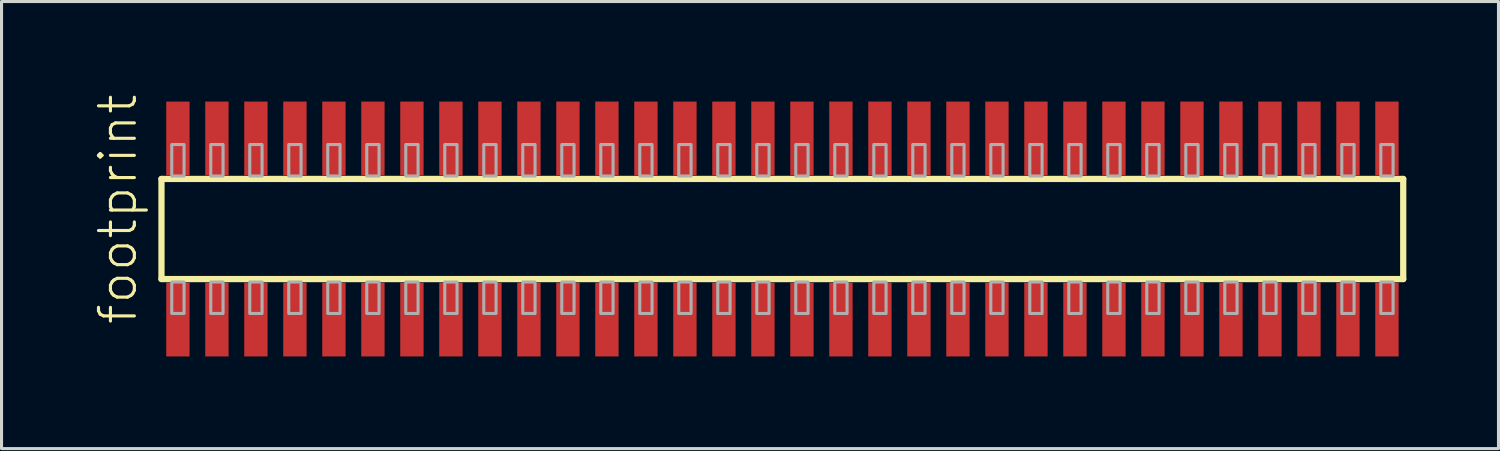
<source format=kicad_pcb>
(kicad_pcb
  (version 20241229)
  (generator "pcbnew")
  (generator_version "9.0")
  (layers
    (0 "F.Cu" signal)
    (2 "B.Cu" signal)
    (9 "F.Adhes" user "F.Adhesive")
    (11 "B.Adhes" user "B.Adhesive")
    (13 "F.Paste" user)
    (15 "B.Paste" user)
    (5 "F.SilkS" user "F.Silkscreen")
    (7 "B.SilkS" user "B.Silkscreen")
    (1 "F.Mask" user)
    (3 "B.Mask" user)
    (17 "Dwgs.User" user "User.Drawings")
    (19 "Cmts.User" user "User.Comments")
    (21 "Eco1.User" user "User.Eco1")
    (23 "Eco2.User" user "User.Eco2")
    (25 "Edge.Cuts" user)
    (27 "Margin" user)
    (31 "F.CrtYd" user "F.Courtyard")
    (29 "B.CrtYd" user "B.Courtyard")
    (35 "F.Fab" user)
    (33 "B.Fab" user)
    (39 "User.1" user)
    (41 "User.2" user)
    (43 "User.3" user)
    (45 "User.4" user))
  (footprint "footprint"
    (layer "F.Cu")
    (at 22.428 4.407)
    (property "Reference" "footprint" (at -20.955 3.175 90) (layer "F.SilkS") (effects (font (size 1.168 1.168) (thickness 0.102)) (justify left bottom)))
    (fp_line (start -20.22 -1.63) (end 20.215 -1.63) (stroke (width 0.203) (type solid)) (layer "F.SilkS"))
    (fp_line (start -20.22 1.63) (end -20.22 -1.63) (stroke (width 0.203) (type solid)) (layer "F.SilkS"))
    (fp_line (start 20.215 -1.63) (end 20.215 1.63) (stroke (width 0.203) (type solid)) (layer "F.SilkS"))
    (fp_line (start 20.215 1.63) (end -20.22 1.63) (stroke (width 0.203) (type solid)) (layer "F.SilkS"))
    (fp_poly (pts (xy -19.885 -1.725) (xy -19.485 -1.725) (xy -19.485 -2.75) (xy -19.885 -2.75)) (stroke (width 0.1) (type solid)) (fill no) (layer "F.Fab"))
    (fp_poly (pts (xy -19.485 1.725) (xy -19.885 1.725) (xy -19.885 2.75) (xy -19.485 2.75)) (stroke (width 0.1) (type solid)) (fill no) (layer "F.Fab"))
    (fp_poly (pts (xy -18.615 -1.725) (xy -18.215 -1.725) (xy -18.215 -2.75) (xy -18.615 -2.75)) (stroke (width 0.1) (type solid)) (fill no) (layer "F.Fab"))
    (fp_poly (pts (xy -18.215 1.725) (xy -18.615 1.725) (xy -18.615 2.75) (xy -18.215 2.75)) (stroke (width 0.1) (type solid)) (fill no) (layer "F.Fab"))
    (fp_poly (pts (xy -17.345 -1.725) (xy -16.945 -1.725) (xy -16.945 -2.75) (xy -17.345 -2.75)) (stroke (width 0.1) (type solid)) (fill no) (layer "F.Fab"))
    (fp_poly (pts (xy -16.945 1.725) (xy -17.345 1.725) (xy -17.345 2.75) (xy -16.945 2.75)) (stroke (width 0.1) (type solid)) (fill no) (layer "F.Fab"))
    (fp_poly (pts (xy -16.075 -1.725) (xy -15.675 -1.725) (xy -15.675 -2.75) (xy -16.075 -2.75)) (stroke (width 0.1) (type solid)) (fill no) (layer "F.Fab"))
    (fp_poly (pts (xy -15.675 1.725) (xy -16.075 1.725) (xy -16.075 2.75) (xy -15.675 2.75)) (stroke (width 0.1) (type solid)) (fill no) (layer "F.Fab"))
    (fp_poly (pts (xy -14.805 -1.725) (xy -14.405 -1.725) (xy -14.405 -2.75) (xy -14.805 -2.75)) (stroke (width 0.1) (type solid)) (fill no) (layer "F.Fab"))
    (fp_poly (pts (xy -14.405 1.725) (xy -14.805 1.725) (xy -14.805 2.75) (xy -14.405 2.75)) (stroke (width 0.1) (type solid)) (fill no) (layer "F.Fab"))
    (fp_poly (pts (xy -13.535 -1.725) (xy -13.135 -1.725) (xy -13.135 -2.75) (xy -13.535 -2.75)) (stroke (width 0.1) (type solid)) (fill no) (layer "F.Fab"))
    (fp_poly (pts (xy -13.135 1.725) (xy -13.535 1.725) (xy -13.535 2.75) (xy -13.135 2.75)) (stroke (width 0.1) (type solid)) (fill no) (layer "F.Fab"))
    (fp_poly (pts (xy -12.265 -1.725) (xy -11.865 -1.725) (xy -11.865 -2.75) (xy -12.265 -2.75)) (stroke (width 0.1) (type solid)) (fill no) (layer "F.Fab"))
    (fp_poly (pts (xy -11.865 1.725) (xy -12.265 1.725) (xy -12.265 2.75) (xy -11.865 2.75)) (stroke (width 0.1) (type solid)) (fill no) (layer "F.Fab"))
    (fp_poly (pts (xy -10.995 -1.725) (xy -10.595 -1.725) (xy -10.595 -2.75) (xy -10.995 -2.75)) (stroke (width 0.1) (type solid)) (fill no) (layer "F.Fab"))
    (fp_poly (pts (xy -10.595 1.725) (xy -10.995 1.725) (xy -10.995 2.75) (xy -10.595 2.75)) (stroke (width 0.1) (type solid)) (fill no) (layer "F.Fab"))
    (fp_poly (pts (xy -9.725 -1.725) (xy -9.325 -1.725) (xy -9.325 -2.75) (xy -9.725 -2.75)) (stroke (width 0.1) (type solid)) (fill no) (layer "F.Fab"))
    (fp_poly (pts (xy -9.325 1.725) (xy -9.725 1.725) (xy -9.725 2.75) (xy -9.325 2.75)) (stroke (width 0.1) (type solid)) (fill no) (layer "F.Fab"))
    (fp_poly (pts (xy -8.455 -1.725) (xy -8.055 -1.725) (xy -8.055 -2.75) (xy -8.455 -2.75)) (stroke (width 0.1) (type solid)) (fill no) (layer "F.Fab"))
    (fp_poly (pts (xy -8.055 1.725) (xy -8.455 1.725) (xy -8.455 2.75) (xy -8.055 2.75)) (stroke (width 0.1) (type solid)) (fill no) (layer "F.Fab"))
    (fp_poly (pts (xy -7.185 -1.725) (xy -6.785 -1.725) (xy -6.785 -2.75) (xy -7.185 -2.75)) (stroke (width 0.1) (type solid)) (fill no) (layer "F.Fab"))
    (fp_poly (pts (xy -6.785 1.725) (xy -7.185 1.725) (xy -7.185 2.75) (xy -6.785 2.75)) (stroke (width 0.1) (type solid)) (fill no) (layer "F.Fab"))
    (fp_poly (pts (xy -5.915 -1.725) (xy -5.515 -1.725) (xy -5.515 -2.75) (xy -5.915 -2.75)) (stroke (width 0.1) (type solid)) (fill no) (layer "F.Fab"))
    (fp_poly (pts (xy -5.515 1.725) (xy -5.915 1.725) (xy -5.915 2.75) (xy -5.515 2.75)) (stroke (width 0.1) (type solid)) (fill no) (layer "F.Fab"))
    (fp_poly (pts (xy -4.645 -1.725) (xy -4.245 -1.725) (xy -4.245 -2.75) (xy -4.645 -2.75)) (stroke (width 0.1) (type solid)) (fill no) (layer "F.Fab"))
    (fp_poly (pts (xy -4.245 1.725) (xy -4.645 1.725) (xy -4.645 2.75) (xy -4.245 2.75)) (stroke (width 0.1) (type solid)) (fill no) (layer "F.Fab"))
    (fp_poly (pts (xy -3.375 -1.725) (xy -2.975 -1.725) (xy -2.975 -2.75) (xy -3.375 -2.75)) (stroke (width 0.1) (type solid)) (fill no) (layer "F.Fab"))
    (fp_poly (pts (xy -2.975 1.725) (xy -3.375 1.725) (xy -3.375 2.75) (xy -2.975 2.75)) (stroke (width 0.1) (type solid)) (fill no) (layer "F.Fab"))
    (fp_poly (pts (xy -2.105 -1.725) (xy -1.705 -1.725) (xy -1.705 -2.75) (xy -2.105 -2.75)) (stroke (width 0.1) (type solid)) (fill no) (layer "F.Fab"))
    (fp_poly (pts (xy -1.705 1.725) (xy -2.105 1.725) (xy -2.105 2.75) (xy -1.705 2.75)) (stroke (width 0.1) (type solid)) (fill no) (layer "F.Fab"))
    (fp_poly (pts (xy -0.835 -1.725) (xy -0.435 -1.725) (xy -0.435 -2.75) (xy -0.835 -2.75)) (stroke (width 0.1) (type solid)) (fill no) (layer "F.Fab"))
    (fp_poly (pts (xy -0.435 1.725) (xy -0.835 1.725) (xy -0.835 2.75) (xy -0.435 2.75)) (stroke (width 0.1) (type solid)) (fill no) (layer "F.Fab"))
    (fp_poly (pts (xy 0.435 -1.725) (xy 0.835 -1.725) (xy 0.835 -2.75) (xy 0.435 -2.75)) (stroke (width 0.1) (type solid)) (fill no) (layer "F.Fab"))
    (fp_poly (pts (xy 0.835 1.725) (xy 0.435 1.725) (xy 0.435 2.75) (xy 0.835 2.75)) (stroke (width 0.1) (type solid)) (fill no) (layer "F.Fab"))
    (fp_poly (pts (xy 1.705 -1.725) (xy 2.105 -1.725) (xy 2.105 -2.75) (xy 1.705 -2.75)) (stroke (width 0.1) (type solid)) (fill no) (layer "F.Fab"))
    (fp_poly (pts (xy 2.105 1.725) (xy 1.705 1.725) (xy 1.705 2.75) (xy 2.105 2.75)) (stroke (width 0.1) (type solid)) (fill no) (layer "F.Fab"))
    (fp_poly (pts (xy 2.975 -1.725) (xy 3.375 -1.725) (xy 3.375 -2.75) (xy 2.975 -2.75)) (stroke (width 0.1) (type solid)) (fill no) (layer "F.Fab"))
    (fp_poly (pts (xy 3.375 1.725) (xy 2.975 1.725) (xy 2.975 2.75) (xy 3.375 2.75)) (stroke (width 0.1) (type solid)) (fill no) (layer "F.Fab"))
    (fp_poly (pts (xy 4.245 -1.725) (xy 4.645 -1.725) (xy 4.645 -2.75) (xy 4.245 -2.75)) (stroke (width 0.1) (type solid)) (fill no) (layer "F.Fab"))
    (fp_poly (pts (xy 4.645 1.725) (xy 4.245 1.725) (xy 4.245 2.75) (xy 4.645 2.75)) (stroke (width 0.1) (type solid)) (fill no) (layer "F.Fab"))
    (fp_poly (pts (xy 5.515 -1.725) (xy 5.915 -1.725) (xy 5.915 -2.75) (xy 5.515 -2.75)) (stroke (width 0.1) (type solid)) (fill no) (layer "F.Fab"))
    (fp_poly (pts (xy 5.915 1.725) (xy 5.515 1.725) (xy 5.515 2.75) (xy 5.915 2.75)) (stroke (width 0.1) (type solid)) (fill no) (layer "F.Fab"))
    (fp_poly (pts (xy 6.785 -1.725) (xy 7.185 -1.725) (xy 7.185 -2.75) (xy 6.785 -2.75)) (stroke (width 0.1) (type solid)) (fill no) (layer "F.Fab"))
    (fp_poly (pts (xy 7.185 1.725) (xy 6.785 1.725) (xy 6.785 2.75) (xy 7.185 2.75)) (stroke (width 0.1) (type solid)) (fill no) (layer "F.Fab"))
    (fp_poly (pts (xy 8.055 -1.725) (xy 8.455 -1.725) (xy 8.455 -2.75) (xy 8.055 -2.75)) (stroke (width 0.1) (type solid)) (fill no) (layer "F.Fab"))
    (fp_poly (pts (xy 8.455 1.725) (xy 8.055 1.725) (xy 8.055 2.75) (xy 8.455 2.75)) (stroke (width 0.1) (type solid)) (fill no) (layer "F.Fab"))
    (fp_poly (pts (xy 9.325 -1.725) (xy 9.725 -1.725) (xy 9.725 -2.75) (xy 9.325 -2.75)) (stroke (width 0.1) (type solid)) (fill no) (layer "F.Fab"))
    (fp_poly (pts (xy 9.725 1.725) (xy 9.325 1.725) (xy 9.325 2.75) (xy 9.725 2.75)) (stroke (width 0.1) (type solid)) (fill no) (layer "F.Fab"))
    (fp_poly (pts (xy 10.595 -1.725) (xy 10.995 -1.725) (xy 10.995 -2.75) (xy 10.595 -2.75)) (stroke (width 0.1) (type solid)) (fill no) (layer "F.Fab"))
    (fp_poly (pts (xy 10.995 1.725) (xy 10.595 1.725) (xy 10.595 2.75) (xy 10.995 2.75)) (stroke (width 0.1) (type solid)) (fill no) (layer "F.Fab"))
    (fp_poly (pts (xy 11.865 -1.725) (xy 12.265 -1.725) (xy 12.265 -2.75) (xy 11.865 -2.75)) (stroke (width 0.1) (type solid)) (fill no) (layer "F.Fab"))
    (fp_poly (pts (xy 12.265 1.725) (xy 11.865 1.725) (xy 11.865 2.75) (xy 12.265 2.75)) (stroke (width 0.1) (type solid)) (fill no) (layer "F.Fab"))
    (fp_poly (pts (xy 13.135 -1.725) (xy 13.535 -1.725) (xy 13.535 -2.75) (xy 13.135 -2.75)) (stroke (width 0.1) (type solid)) (fill no) (layer "F.Fab"))
    (fp_poly (pts (xy 13.535 1.725) (xy 13.135 1.725) (xy 13.135 2.75) (xy 13.535 2.75)) (stroke (width 0.1) (type solid)) (fill no) (layer "F.Fab"))
    (fp_poly (pts (xy 14.405 -1.725) (xy 14.805 -1.725) (xy 14.805 -2.75) (xy 14.405 -2.75)) (stroke (width 0.1) (type solid)) (fill no) (layer "F.Fab"))
    (fp_poly (pts (xy 14.805 1.725) (xy 14.405 1.725) (xy 14.405 2.75) (xy 14.805 2.75)) (stroke (width 0.1) (type solid)) (fill no) (layer "F.Fab"))
    (fp_poly (pts (xy 15.675 -1.725) (xy 16.075 -1.725) (xy 16.075 -2.75) (xy 15.675 -2.75)) (stroke (width 0.1) (type solid)) (fill no) (layer "F.Fab"))
    (fp_poly (pts (xy 16.075 1.725) (xy 15.675 1.725) (xy 15.675 2.75) (xy 16.075 2.75)) (stroke (width 0.1) (type solid)) (fill no) (layer "F.Fab"))
    (fp_poly (pts (xy 16.945 -1.725) (xy 17.345 -1.725) (xy 17.345 -2.75) (xy 16.945 -2.75)) (stroke (width 0.1) (type solid)) (fill no) (layer "F.Fab"))
    (fp_poly (pts (xy 17.345 1.725) (xy 16.945 1.725) (xy 16.945 2.75) (xy 17.345 2.75)) (stroke (width 0.1) (type solid)) (fill no) (layer "F.Fab"))
    (fp_poly (pts (xy 18.215 -1.725) (xy 18.615 -1.725) (xy 18.615 -2.75) (xy 18.215 -2.75)) (stroke (width 0.1) (type solid)) (fill no) (layer "F.Fab"))
    (fp_poly (pts (xy 18.615 1.725) (xy 18.215 1.725) (xy 18.215 2.75) (xy 18.615 2.75)) (stroke (width 0.1) (type solid)) (fill no) (layer "F.Fab"))
    (fp_poly (pts (xy 19.485 -1.725) (xy 19.885 -1.725) (xy 19.885 -2.75) (xy 19.485 -2.75)) (stroke (width 0.1) (type solid)) (fill no) (layer "F.Fab"))
    (fp_poly (pts (xy 19.885 1.725) (xy 19.485 1.725) (xy 19.485 2.75) (xy 19.885 2.75)) (stroke (width 0.1) (type solid)) (fill no) (layer "F.Fab"))
    (pad "1" smd rect (at -19.685 2.95) (size 0.76 2.4) (layers "F.Cu" "F.Mask" "F.Paste"))
    (pad "2" smd rect (at -19.685 -2.95) (size 0.76 2.4) (layers "F.Cu" "F.Mask" "F.Paste"))
    (pad "3" smd rect (at -18.415 2.95) (size 0.76 2.4) (layers "F.Cu" "F.Mask" "F.Paste"))
    (pad "4" smd rect (at -18.415 -2.95) (size 0.76 2.4) (layers "F.Cu" "F.Mask" "F.Paste"))
    (pad "5" smd rect (at -17.145 2.95) (size 0.76 2.4) (layers "F.Cu" "F.Mask" "F.Paste"))
    (pad "6" smd rect (at -17.145 -2.95) (size 0.76 2.4) (layers "F.Cu" "F.Mask" "F.Paste"))
    (pad "7" smd rect (at -15.875 2.95) (size 0.76 2.4) (layers "F.Cu" "F.Mask" "F.Paste"))
    (pad "8" smd rect (at -15.875 -2.95) (size 0.76 2.4) (layers "F.Cu" "F.Mask" "F.Paste"))
    (pad "9" smd rect (at -14.605 2.95) (size 0.76 2.4) (layers "F.Cu" "F.Mask" "F.Paste"))
    (pad "10" smd rect (at -14.605 -2.95) (size 0.76 2.4) (layers "F.Cu" "F.Mask" "F.Paste"))
    (pad "11" smd rect (at -13.335 2.95) (size 0.76 2.4) (layers "F.Cu" "F.Mask" "F.Paste"))
    (pad "12" smd rect (at -13.335 -2.95) (size 0.76 2.4) (layers "F.Cu" "F.Mask" "F.Paste"))
    (pad "13" smd rect (at -12.065 2.95) (size 0.76 2.4) (layers "F.Cu" "F.Mask" "F.Paste"))
    (pad "14" smd rect (at -12.065 -2.95) (size 0.76 2.4) (layers "F.Cu" "F.Mask" "F.Paste"))
    (pad "15" smd rect (at -10.795 2.95) (size 0.76 2.4) (layers "F.Cu" "F.Mask" "F.Paste"))
    (pad "16" smd rect (at -10.795 -2.95) (size 0.76 2.4) (layers "F.Cu" "F.Mask" "F.Paste"))
    (pad "17" smd rect (at -9.525 2.95) (size 0.76 2.4) (layers "F.Cu" "F.Mask" "F.Paste"))
    (pad "18" smd rect (at -9.525 -2.95) (size 0.76 2.4) (layers "F.Cu" "F.Mask" "F.Paste"))
    (pad "19" smd rect (at -8.255 2.95) (size 0.76 2.4) (layers "F.Cu" "F.Mask" "F.Paste"))
    (pad "20" smd rect (at -8.255 -2.95) (size 0.76 2.4) (layers "F.Cu" "F.Mask" "F.Paste"))
    (pad "21" smd rect (at -6.985 2.95) (size 0.76 2.4) (layers "F.Cu" "F.Mask" "F.Paste"))
    (pad "22" smd rect (at -6.985 -2.95) (size 0.76 2.4) (layers "F.Cu" "F.Mask" "F.Paste"))
    (pad "23" smd rect (at -5.715 2.95) (size 0.76 2.4) (layers "F.Cu" "F.Mask" "F.Paste"))
    (pad "24" smd rect (at -5.715 -2.95) (size 0.76 2.4) (layers "F.Cu" "F.Mask" "F.Paste"))
    (pad "25" smd rect (at -4.445 2.95) (size 0.76 2.4) (layers "F.Cu" "F.Mask" "F.Paste"))
    (pad "26" smd rect (at -4.445 -2.95) (size 0.76 2.4) (layers "F.Cu" "F.Mask" "F.Paste"))
    (pad "27" smd rect (at -3.175 2.95) (size 0.76 2.4) (layers "F.Cu" "F.Mask" "F.Paste"))
    (pad "28" smd rect (at -3.175 -2.95) (size 0.76 2.4) (layers "F.Cu" "F.Mask" "F.Paste"))
    (pad "29" smd rect (at -1.905 2.95) (size 0.76 2.4) (layers "F.Cu" "F.Mask" "F.Paste"))
    (pad "30" smd rect (at -1.905 -2.95) (size 0.76 2.4) (layers "F.Cu" "F.Mask" "F.Paste"))
    (pad "31" smd rect (at -0.635 2.95) (size 0.76 2.4) (layers "F.Cu" "F.Mask" "F.Paste"))
    (pad "32" smd rect (at -0.635 -2.95) (size 0.76 2.4) (layers "F.Cu" "F.Mask" "F.Paste"))
    (pad "33" smd rect (at 0.635 2.95) (size 0.76 2.4) (layers "F.Cu" "F.Mask" "F.Paste"))
    (pad "34" smd rect (at 0.635 -2.95) (size 0.76 2.4) (layers "F.Cu" "F.Mask" "F.Paste"))
    (pad "35" smd rect (at 1.905 2.95) (size 0.76 2.4) (layers "F.Cu" "F.Mask" "F.Paste"))
    (pad "36" smd rect (at 1.905 -2.95) (size 0.76 2.4) (layers "F.Cu" "F.Mask" "F.Paste"))
    (pad "37" smd rect (at 3.175 2.95) (size 0.76 2.4) (layers "F.Cu" "F.Mask" "F.Paste"))
    (pad "38" smd rect (at 3.175 -2.95) (size 0.76 2.4) (layers "F.Cu" "F.Mask" "F.Paste"))
    (pad "39" smd rect (at 4.445 2.95) (size 0.76 2.4) (layers "F.Cu" "F.Mask" "F.Paste"))
    (pad "40" smd rect (at 4.445 -2.95) (size 0.76 2.4) (layers "F.Cu" "F.Mask" "F.Paste"))
    (pad "41" smd rect (at 5.715 2.95) (size 0.76 2.4) (layers "F.Cu" "F.Mask" "F.Paste"))
    (pad "42" smd rect (at 5.715 -2.95) (size 0.76 2.4) (layers "F.Cu" "F.Mask" "F.Paste"))
    (pad "43" smd rect (at 6.985 2.95) (size 0.76 2.4) (layers "F.Cu" "F.Mask" "F.Paste"))
    (pad "44" smd rect (at 6.985 -2.95) (size 0.76 2.4) (layers "F.Cu" "F.Mask" "F.Paste"))
    (pad "45" smd rect (at 8.255 2.95) (size 0.76 2.4) (layers "F.Cu" "F.Mask" "F.Paste"))
    (pad "46" smd rect (at 8.255 -2.95) (size 0.76 2.4) (layers "F.Cu" "F.Mask" "F.Paste"))
    (pad "47" smd rect (at 9.525 2.95) (size 0.76 2.4) (layers "F.Cu" "F.Mask" "F.Paste"))
    (pad "48" smd rect (at 9.525 -2.95) (size 0.76 2.4) (layers "F.Cu" "F.Mask" "F.Paste"))
    (pad "49" smd rect (at 10.795 2.95) (size 0.76 2.4) (layers "F.Cu" "F.Mask" "F.Paste"))
    (pad "50" smd rect (at 10.795 -2.95) (size 0.76 2.4) (layers "F.Cu" "F.Mask" "F.Paste"))
    (pad "51" smd rect (at 12.065 2.95) (size 0.76 2.4) (layers "F.Cu" "F.Mask" "F.Paste"))
    (pad "52" smd rect (at 12.065 -2.95) (size 0.76 2.4) (layers "F.Cu" "F.Mask" "F.Paste"))
    (pad "53" smd rect (at 13.335 2.95) (size 0.76 2.4) (layers "F.Cu" "F.Mask" "F.Paste"))
    (pad "54" smd rect (at 13.335 -2.95) (size 0.76 2.4) (layers "F.Cu" "F.Mask" "F.Paste"))
    (pad "55" smd rect (at 14.605 2.95) (size 0.76 2.4) (layers "F.Cu" "F.Mask" "F.Paste"))
    (pad "56" smd rect (at 14.605 -2.95) (size 0.76 2.4) (layers "F.Cu" "F.Mask" "F.Paste"))
    (pad "57" smd rect (at 15.875 2.95) (size 0.76 2.4) (layers "F.Cu" "F.Mask" "F.Paste"))
    (pad "58" smd rect (at 15.875 -2.95) (size 0.76 2.4) (layers "F.Cu" "F.Mask" "F.Paste"))
    (pad "59" smd rect (at 17.145 2.95) (size 0.76 2.4) (layers "F.Cu" "F.Mask" "F.Paste"))
    (pad "60" smd rect (at 17.145 -2.95) (size 0.76 2.4) (layers "F.Cu" "F.Mask" "F.Paste"))
    (pad "61" smd rect (at 18.415 2.95) (size 0.76 2.4) (layers "F.Cu" "F.Mask" "F.Paste"))
    (pad "62" smd rect (at 18.415 -2.95) (size 0.76 2.4) (layers "F.Cu" "F.Mask" "F.Paste"))
    (pad "63" smd rect (at 19.685 2.95) (size 0.76 2.4) (layers "F.Cu" "F.Mask" "F.Paste"))
    (pad "64" smd rect (at 19.685 -2.95) (size 0.76 2.4) (layers "F.Cu" "F.Mask" "F.Paste")))
  (gr_rect
    (start -3 -3)
    (end 45.745 11.557)
    (stroke (width 0.1) (type default))
    (fill no)
    (layer "Edge.Cuts")))
</source>
